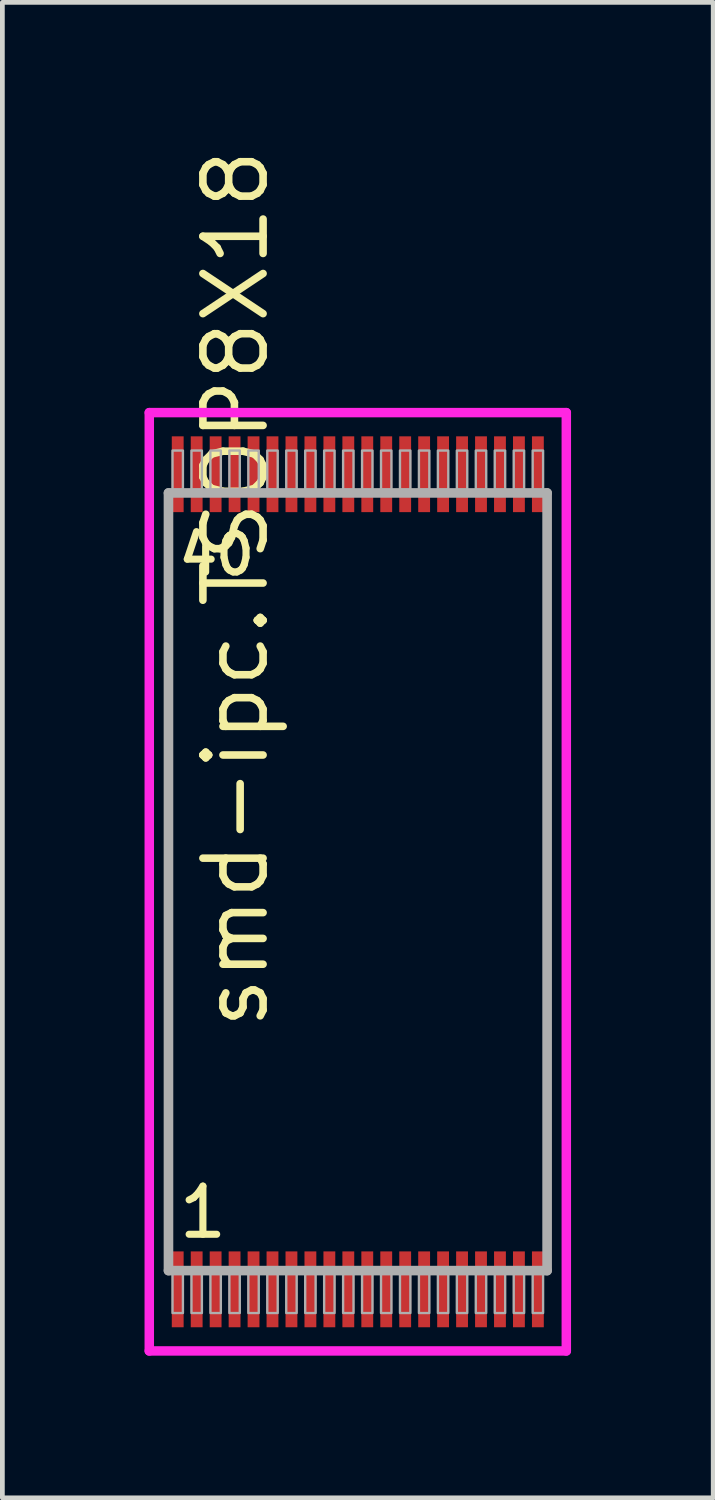
<source format=kicad_pcb>
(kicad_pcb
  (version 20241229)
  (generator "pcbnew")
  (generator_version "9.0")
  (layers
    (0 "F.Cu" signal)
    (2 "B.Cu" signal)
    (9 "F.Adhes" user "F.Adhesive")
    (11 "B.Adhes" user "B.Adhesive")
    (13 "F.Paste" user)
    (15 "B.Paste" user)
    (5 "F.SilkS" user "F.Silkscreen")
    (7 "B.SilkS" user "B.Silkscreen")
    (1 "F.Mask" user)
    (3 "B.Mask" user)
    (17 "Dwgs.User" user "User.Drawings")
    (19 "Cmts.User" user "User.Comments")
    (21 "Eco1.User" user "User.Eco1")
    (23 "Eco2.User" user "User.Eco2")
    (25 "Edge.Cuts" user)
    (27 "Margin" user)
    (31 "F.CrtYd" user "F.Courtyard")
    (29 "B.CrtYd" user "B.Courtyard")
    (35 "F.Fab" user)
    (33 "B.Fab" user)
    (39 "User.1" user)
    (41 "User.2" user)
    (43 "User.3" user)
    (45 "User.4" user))
  (footprint "smd-ipc.TSOP8X18"
    (layer "F.Cu")
    (at 4.5 15.557)
    (property "Reference" "smd-ipc.TSOP8X18" (at -1.835 3.175 90) (layer "F.SilkS") (effects (font (size 1.27 1.27) (thickness 0.16)) (justify left bottom)))
    (attr smd)
    (fp_line (start -4.4 -9.9) (end 4.4 -9.9) (stroke (width 0.2) (type default)) (layer "F.CrtYd"))
    (fp_line (start -4.4 9.9) (end -4.4 -9.9) (stroke (width 0.2) (type default)) (layer "F.CrtYd"))
    (fp_line (start 4.4 -9.9) (end 4.4 9.9) (stroke (width 0.2) (type default)) (layer "F.CrtYd"))
    (fp_line (start 4.4 9.9) (end -4.4 9.9) (stroke (width 0.2) (type default)) (layer "F.CrtYd"))
    (fp_line (start -3.995 -8.205) (end 3.995 -8.205) (stroke (width 0.203) (type default)) (layer "F.Fab"))
    (fp_line (start -3.995 8.205) (end -3.995 -8.205) (stroke (width 0.203) (type default)) (layer "F.Fab"))
    (fp_line (start 3.995 -8.205) (end 3.995 8.205) (stroke (width 0.203) (type default)) (layer "F.Fab"))
    (fp_line (start 3.995 8.205) (end -3.995 8.205) (stroke (width 0.203) (type default)) (layer "F.Fab"))
    (fp_rect (start -3.91 -8.27) (end -3.69 -9.1) (stroke (width 0.05) (type default)) (fill no) (layer "F.Fab"))
    (fp_rect (start -3.91 9.1) (end -3.69 8.27) (stroke (width 0.05) (type default)) (fill no) (layer "F.Fab"))
    (fp_rect (start -3.51 -8.27) (end -3.29 -9.1) (stroke (width 0.05) (type default)) (fill no) (layer "F.Fab"))
    (fp_rect (start -3.51 9.1) (end -3.29 8.27) (stroke (width 0.05) (type default)) (fill no) (layer "F.Fab"))
    (fp_rect (start -3.11 -8.27) (end -2.89 -9.1) (stroke (width 0.05) (type default)) (fill no) (layer "F.Fab"))
    (fp_rect (start -3.11 9.1) (end -2.89 8.27) (stroke (width 0.05) (type default)) (fill no) (layer "F.Fab"))
    (fp_rect (start -2.71 -8.27) (end -2.49 -9.1) (stroke (width 0.05) (type default)) (fill no) (layer "F.Fab"))
    (fp_rect (start -2.71 9.1) (end -2.49 8.27) (stroke (width 0.05) (type default)) (fill no) (layer "F.Fab"))
    (fp_rect (start -2.31 -8.27) (end -2.09 -9.1) (stroke (width 0.05) (type default)) (fill no) (layer "F.Fab"))
    (fp_rect (start -2.31 9.1) (end -2.09 8.27) (stroke (width 0.05) (type default)) (fill no) (layer "F.Fab"))
    (fp_rect (start -1.91 -8.27) (end -1.69 -9.1) (stroke (width 0.05) (type default)) (fill no) (layer "F.Fab"))
    (fp_rect (start -1.91 9.1) (end -1.69 8.27) (stroke (width 0.05) (type default)) (fill no) (layer "F.Fab"))
    (fp_rect (start -1.51 -8.27) (end -1.29 -9.1) (stroke (width 0.05) (type default)) (fill no) (layer "F.Fab"))
    (fp_rect (start -1.51 9.1) (end -1.29 8.27) (stroke (width 0.05) (type default)) (fill no) (layer "F.Fab"))
    (fp_rect (start -1.11 -8.27) (end -0.89 -9.1) (stroke (width 0.05) (type default)) (fill no) (layer "F.Fab"))
    (fp_rect (start -1.11 9.1) (end -0.89 8.27) (stroke (width 0.05) (type default)) (fill no) (layer "F.Fab"))
    (fp_rect (start -0.71 -8.27) (end -0.49 -9.1) (stroke (width 0.05) (type default)) (fill no) (layer "F.Fab"))
    (fp_rect (start -0.71 9.1) (end -0.49 8.27) (stroke (width 0.05) (type default)) (fill no) (layer "F.Fab"))
    (fp_rect (start -0.31 -8.27) (end -0.09 -9.1) (stroke (width 0.05) (type default)) (fill no) (layer "F.Fab"))
    (fp_rect (start -0.31 9.1) (end -0.09 8.27) (stroke (width 0.05) (type default)) (fill no) (layer "F.Fab"))
    (fp_rect (start 0.09 -8.27) (end 0.31 -9.1) (stroke (width 0.05) (type default)) (fill no) (layer "F.Fab"))
    (fp_rect (start 0.09 9.1) (end 0.31 8.27) (stroke (width 0.05) (type default)) (fill no) (layer "F.Fab"))
    (fp_rect (start 0.49 -8.27) (end 0.71 -9.1) (stroke (width 0.05) (type default)) (fill no) (layer "F.Fab"))
    (fp_rect (start 0.49 9.1) (end 0.71 8.27) (stroke (width 0.05) (type default)) (fill no) (layer "F.Fab"))
    (fp_rect (start 0.89 -8.27) (end 1.11 -9.1) (stroke (width 0.05) (type default)) (fill no) (layer "F.Fab"))
    (fp_rect (start 0.89 9.1) (end 1.11 8.27) (stroke (width 0.05) (type default)) (fill no) (layer "F.Fab"))
    (fp_rect (start 1.29 -8.27) (end 1.51 -9.1) (stroke (width 0.05) (type default)) (fill no) (layer "F.Fab"))
    (fp_rect (start 1.29 9.1) (end 1.51 8.27) (stroke (width 0.05) (type default)) (fill no) (layer "F.Fab"))
    (fp_rect (start 1.69 -8.27) (end 1.91 -9.1) (stroke (width 0.05) (type default)) (fill no) (layer "F.Fab"))
    (fp_rect (start 1.69 9.1) (end 1.91 8.27) (stroke (width 0.05) (type default)) (fill no) (layer "F.Fab"))
    (fp_rect (start 2.09 -8.27) (end 2.31 -9.1) (stroke (width 0.05) (type default)) (fill no) (layer "F.Fab"))
    (fp_rect (start 2.09 9.1) (end 2.31 8.27) (stroke (width 0.05) (type default)) (fill no) (layer "F.Fab"))
    (fp_rect (start 2.49 -8.27) (end 2.71 -9.1) (stroke (width 0.05) (type default)) (fill no) (layer "F.Fab"))
    (fp_rect (start 2.49 9.1) (end 2.71 8.27) (stroke (width 0.05) (type default)) (fill no) (layer "F.Fab"))
    (fp_rect (start 2.89 -8.27) (end 3.11 -9.1) (stroke (width 0.05) (type default)) (fill no) (layer "F.Fab"))
    (fp_rect (start 2.89 9.1) (end 3.11 8.27) (stroke (width 0.05) (type default)) (fill no) (layer "F.Fab"))
    (fp_rect (start 3.29 -8.27) (end 3.51 -9.1) (stroke (width 0.05) (type default)) (fill no) (layer "F.Fab"))
    (fp_rect (start 3.29 9.1) (end 3.51 8.27) (stroke (width 0.05) (type default)) (fill no) (layer "F.Fab"))
    (fp_rect (start 3.69 -8.27) (end 3.91 -9.1) (stroke (width 0.05) (type default)) (fill no) (layer "F.Fab"))
    (fp_rect (start 3.69 9.1) (end 3.91 8.27) (stroke (width 0.05) (type default)) (fill no) (layer "F.Fab"))
    (fp_text user "1" (at -3.851 7.57 0) (layer "F.SilkS") (effects (font (size 1.016 1.016) (thickness 0.15)) (justify left bottom)))
    (fp_text user "40" (at -3.851 -6.43 0) (layer "F.SilkS") (effects (font (size 0.813 0.813) (thickness 0.15)) (justify left bottom)))
    (pad "1" smd roundrect (at -3.8 8.6) (size 0.25 1.6) (layers "F.Cu" "F.Mask" "F.Paste") (roundrect_rratio 0.01))
    (pad "2" smd roundrect (at -3.4 8.6) (size 0.25 1.6) (layers "F.Cu" "F.Mask" "F.Paste") (roundrect_rratio 0.01))
    (pad "3" smd roundrect (at -3 8.6) (size 0.25 1.6) (layers "F.Cu" "F.Mask" "F.Paste") (roundrect_rratio 0.01))
    (pad "4" smd roundrect (at -2.6 8.6) (size 0.25 1.6) (layers "F.Cu" "F.Mask" "F.Paste") (roundrect_rratio 0.01))
    (pad "5" smd roundrect (at -2.2 8.6) (size 0.25 1.6) (layers "F.Cu" "F.Mask" "F.Paste") (roundrect_rratio 0.01))
    (pad "6" smd roundrect (at -1.8 8.6) (size 0.25 1.6) (layers "F.Cu" "F.Mask" "F.Paste") (roundrect_rratio 0.01))
    (pad "7" smd roundrect (at -1.4 8.6) (size 0.25 1.6) (layers "F.Cu" "F.Mask" "F.Paste") (roundrect_rratio 0.01))
    (pad "8" smd roundrect (at -1 8.6) (size 0.25 1.6) (layers "F.Cu" "F.Mask" "F.Paste") (roundrect_rratio 0.01))
    (pad "9" smd roundrect (at -0.6 8.6) (size 0.25 1.6) (layers "F.Cu" "F.Mask" "F.Paste") (roundrect_rratio 0.01))
    (pad "10" smd roundrect (at -0.2 8.6) (size 0.25 1.6) (layers "F.Cu" "F.Mask" "F.Paste") (roundrect_rratio 0.01))
    (pad "11" smd roundrect (at 0.2 8.6) (size 0.25 1.6) (layers "F.Cu" "F.Mask" "F.Paste") (roundrect_rratio 0.01))
    (pad "12" smd roundrect (at 0.6 8.6) (size 0.25 1.6) (layers "F.Cu" "F.Mask" "F.Paste") (roundrect_rratio 0.01))
    (pad "13" smd roundrect (at 1 8.6) (size 0.25 1.6) (layers "F.Cu" "F.Mask" "F.Paste") (roundrect_rratio 0.01))
    (pad "14" smd roundrect (at 1.4 8.6) (size 0.25 1.6) (layers "F.Cu" "F.Mask" "F.Paste") (roundrect_rratio 0.01))
    (pad "15" smd roundrect (at 1.8 8.6) (size 0.25 1.6) (layers "F.Cu" "F.Mask" "F.Paste") (roundrect_rratio 0.01))
    (pad "16" smd roundrect (at 2.2 8.6) (size 0.25 1.6) (layers "F.Cu" "F.Mask" "F.Paste") (roundrect_rratio 0.01))
    (pad "17" smd roundrect (at 2.6 8.6) (size 0.25 1.6) (layers "F.Cu" "F.Mask" "F.Paste") (roundrect_rratio 0.01))
    (pad "18" smd roundrect (at 3 8.6) (size 0.25 1.6) (layers "F.Cu" "F.Mask" "F.Paste") (roundrect_rratio 0.01))
    (pad "19" smd roundrect (at 3.4 8.6) (size 0.25 1.6) (layers "F.Cu" "F.Mask" "F.Paste") (roundrect_rratio 0.01))
    (pad "20" smd roundrect (at 3.8 8.6) (size 0.25 1.6) (layers "F.Cu" "F.Mask" "F.Paste") (roundrect_rratio 0.01))
    (pad "21" smd roundrect (at 3.8 -8.6) (size 0.25 1.6) (layers "F.Cu" "F.Mask" "F.Paste") (roundrect_rratio 0.01))
    (pad "22" smd roundrect (at 3.4 -8.6) (size 0.25 1.6) (layers "F.Cu" "F.Mask" "F.Paste") (roundrect_rratio 0.01))
    (pad "23" smd roundrect (at 3 -8.6) (size 0.25 1.6) (layers "F.Cu" "F.Mask" "F.Paste") (roundrect_rratio 0.01))
    (pad "24" smd roundrect (at 2.6 -8.6) (size 0.25 1.6) (layers "F.Cu" "F.Mask" "F.Paste") (roundrect_rratio 0.01))
    (pad "25" smd roundrect (at 2.2 -8.6) (size 0.25 1.6) (layers "F.Cu" "F.Mask" "F.Paste") (roundrect_rratio 0.01))
    (pad "26" smd roundrect (at 1.8 -8.6) (size 0.25 1.6) (layers "F.Cu" "F.Mask" "F.Paste") (roundrect_rratio 0.01))
    (pad "27" smd roundrect (at 1.4 -8.6) (size 0.25 1.6) (layers "F.Cu" "F.Mask" "F.Paste") (roundrect_rratio 0.01))
    (pad "28" smd roundrect (at 1 -8.6) (size 0.25 1.6) (layers "F.Cu" "F.Mask" "F.Paste") (roundrect_rratio 0.01))
    (pad "29" smd roundrect (at 0.6 -8.6) (size 0.25 1.6) (layers "F.Cu" "F.Mask" "F.Paste") (roundrect_rratio 0.01))
    (pad "30" smd roundrect (at 0.2 -8.6) (size 0.25 1.6) (layers "F.Cu" "F.Mask" "F.Paste") (roundrect_rratio 0.01))
    (pad "31" smd roundrect (at -0.2 -8.6) (size 0.25 1.6) (layers "F.Cu" "F.Mask" "F.Paste") (roundrect_rratio 0.01))
    (pad "32" smd roundrect (at -0.6 -8.6) (size 0.25 1.6) (layers "F.Cu" "F.Mask" "F.Paste") (roundrect_rratio 0.01))
    (pad "33" smd roundrect (at -1 -8.6) (size 0.25 1.6) (layers "F.Cu" "F.Mask" "F.Paste") (roundrect_rratio 0.01))
    (pad "34" smd roundrect (at -1.4 -8.6) (size 0.25 1.6) (layers "F.Cu" "F.Mask" "F.Paste") (roundrect_rratio 0.01))
    (pad "35" smd roundrect (at -1.8 -8.6) (size 0.25 1.6) (layers "F.Cu" "F.Mask" "F.Paste") (roundrect_rratio 0.01))
    (pad "36" smd roundrect (at -2.2 -8.6) (size 0.25 1.6) (layers "F.Cu" "F.Mask" "F.Paste") (roundrect_rratio 0.01))
    (pad "37" smd roundrect (at -2.6 -8.6) (size 0.25 1.6) (layers "F.Cu" "F.Mask" "F.Paste") (roundrect_rratio 0.01))
    (pad "38" smd roundrect (at -3 -8.6) (size 0.25 1.6) (layers "F.Cu" "F.Mask" "F.Paste") (roundrect_rratio 0.01))
    (pad "39" smd roundrect (at -3.4 -8.6) (size 0.25 1.6) (layers "F.Cu" "F.Mask" "F.Paste") (roundrect_rratio 0.01))
    (pad "40" smd roundrect (at -3.8 -8.6) (size 0.25 1.6) (layers "F.Cu" "F.Mask" "F.Paste") (roundrect_rratio 0.01)))
  (gr_rect
    (start -3 -3)
    (end 12 28.557)
    (stroke (width 0.1) (type default))
    (fill no)
    (layer "Edge.Cuts")))
</source>
